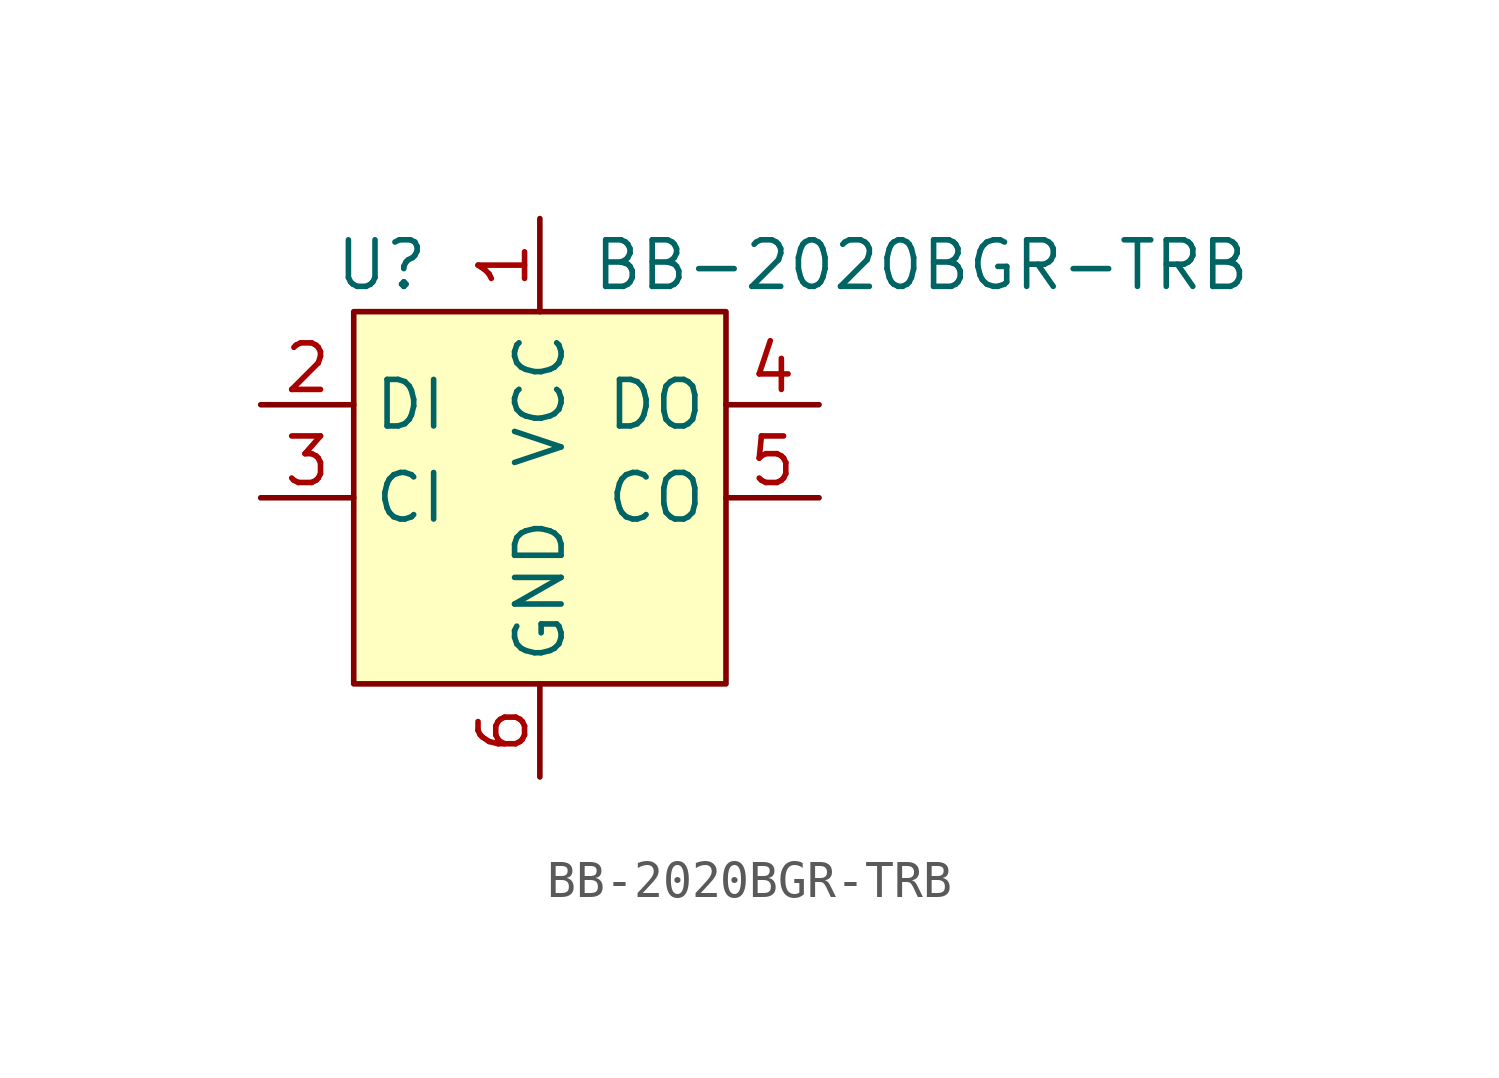
<source format=kicad_sym>
(kicad_symbol_lib
  (version 20231120)
  (generator "kicad_symbol_editor")
  (generator_version "8.0")
  (symbol "BB-2020BGR-TRB"
    (property "Reference" "U"
      (at 0.762 1.27 0)
      (effects (font (size 1.27 1.27))))
    (property "Value" "BB-2020BGR-TRB"
      (at 15.494 1.27 0)
      (effects (font (size 1.27 1.27))))
    (symbol "BB-2020BGR-TRB_1_1"
      (rectangle (start 0 0) (end 10.16 -10.16) (stroke (width 0) (type default)) (fill (type background)))
      (pin passive line (at 5.08 2.54 270) (length 2.54) (name "VCC" (effects (font (size 1.27 1.27)))) (number "1" (effects (font (size 1.27 1.27)))))
      (pin input line (at -2.54 -2.54 0) (length 2.54) (name "DI" (effects (font (size 1.27 1.27)))) (number "2" (effects (font (size 1.27 1.27)))))
      (pin input line (at -2.54 -5.08 0) (length 2.54) (name "CI" (effects (font (size 1.27 1.27)))) (number "3" (effects (font (size 1.27 1.27)))))
      (pin output line (at 12.7 -2.54 180) (length 2.54) (name "DO" (effects (font (size 1.27 1.27)))) (number "4" (effects (font (size 1.27 1.27)))))
      (pin output line (at 12.7 -5.08 180) (length 2.54) (name "CO" (effects (font (size 1.27 1.27)))) (number "5" (effects (font (size 1.27 1.27)))))
      (pin passive line (at 5.08 -12.7 90) (length 2.54) (name "GND" (effects (font (size 1.27 1.27)))) (number "6" (effects (font (size 1.27 1.27))))))))
</source>
